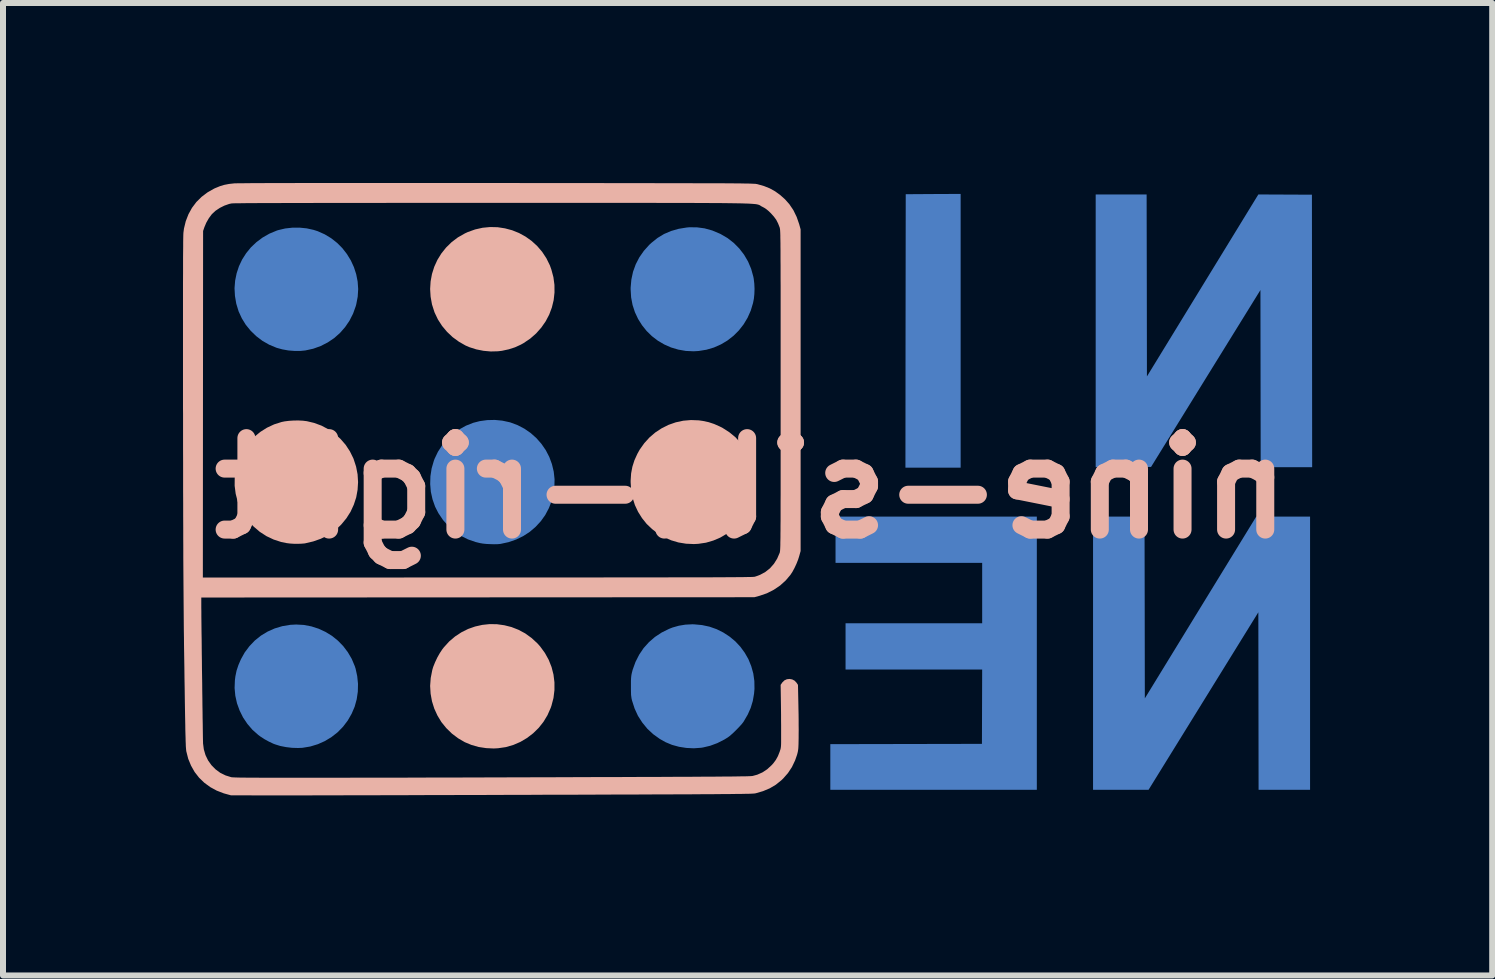
<source format=kicad_pcb>
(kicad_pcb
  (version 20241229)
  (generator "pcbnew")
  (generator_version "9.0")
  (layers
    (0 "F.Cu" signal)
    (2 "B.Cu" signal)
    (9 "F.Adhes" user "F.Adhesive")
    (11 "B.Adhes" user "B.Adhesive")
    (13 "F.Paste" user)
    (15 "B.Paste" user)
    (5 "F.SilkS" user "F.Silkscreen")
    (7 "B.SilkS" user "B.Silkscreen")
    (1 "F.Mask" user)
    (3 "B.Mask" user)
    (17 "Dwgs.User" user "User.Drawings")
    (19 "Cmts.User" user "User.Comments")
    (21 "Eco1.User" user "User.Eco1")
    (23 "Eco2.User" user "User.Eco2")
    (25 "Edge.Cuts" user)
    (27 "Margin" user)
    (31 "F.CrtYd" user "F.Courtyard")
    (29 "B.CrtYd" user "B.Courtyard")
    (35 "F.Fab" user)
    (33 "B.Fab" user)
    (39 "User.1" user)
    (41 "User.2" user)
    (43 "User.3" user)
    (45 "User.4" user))
  (footprint "nine-silk-right"
    (layer "F.Cu")
    (at 9.475 5.087)
    (property "Reference" "nine-silk-right" (at 0 0 0) (layer "B.SilkS") (effects (font (size 1.524 1.524) (thickness 0.3)) (justify mirror)))
    (attr board_only exclude_from_pos_files exclude_from_bom)
    (fp_poly (pts (xy 3.028 -4.903) (xy 2.571 -4.9) (xy 2.568 -2.621) (xy 2.566 -0.342) (xy 3.486 -0.342) (xy 3.486 -4.905)) (stroke (width 0) (type solid)) (fill yes) (layer "B.Cu"))
    (fp_poly (pts (xy 5.693 5.027) (xy 6.618 5.027) (xy 8.448 2.068) (xy 8.452 5.027) (xy 9.31 5.027) (xy 9.31 0.473) (xy 8.413 0.473) (xy 7.484 1.988) (xy 6.556 3.503) (xy 6.554 1.988) (xy 6.551 0.473) (xy 5.693 0.473)) (stroke (width 0) (type solid)) (fill yes) (layer "B.Cu"))
    (fp_poly (pts (xy 1.401 1.244) (xy 3.845 1.244) (xy 3.845 2.251) (xy 1.568 2.251) (xy 1.568 3.022) (xy 3.845 3.022) (xy 3.843 3.641) (xy 3.841 4.261) (xy 1.314 4.266) (xy 1.314 5.027) (xy 4.756 5.027) (xy 4.756 0.473) (xy 1.401 0.473)) (stroke (width 0) (type solid)) (fill yes) (layer "B.Cu"))
    (fp_poly (pts (xy 5.737 -0.35) (xy 6.199 -0.352) (xy 6.66 -0.355) (xy 7.571 -1.829) (xy 8.483 -3.303) (xy 8.485 -1.827) (xy 8.487 -0.35) (xy 9.345 -0.35) (xy 9.343 -2.621) (xy 9.341 -4.892) (xy 8.448 -4.896) (xy 7.519 -3.379) (xy 6.591 -1.863) (xy 6.589 -3.38) (xy 6.586 -4.896) (xy 5.737 -4.896)) (stroke (width 0) (type solid)) (fill yes) (layer "B.Cu"))
    (fp_poly (pts (xy -7.654 -4.342) (xy -7.772 -4.329) (xy -7.882 -4.303) (xy -7.909 -4.295) (xy -8.034 -4.243) (xy -8.148 -4.178) (xy -8.251 -4.101) (xy -8.343 -4.014) (xy -8.422 -3.917) (xy -8.489 -3.812) (xy -8.542 -3.7) (xy -8.581 -3.582) (xy -8.606 -3.459) (xy -8.616 -3.333) (xy -8.609 -3.205) (xy -8.587 -3.075) (xy -8.548 -2.947) (xy -8.495 -2.832) (xy -8.428 -2.723) (xy -8.347 -2.624) (xy -8.254 -2.534) (xy -8.151 -2.456) (xy -8.039 -2.392) (xy -7.919 -2.342) (xy -7.911 -2.339) (xy -7.819 -2.314) (xy -7.719 -2.296) (xy -7.617 -2.288) (xy -7.518 -2.288) (xy -7.436 -2.296) (xy -7.304 -2.325) (xy -7.179 -2.37) (xy -7.062 -2.43) (xy -6.955 -2.502) (xy -6.858 -2.588) (xy -6.773 -2.685) (xy -6.7 -2.792) (xy -6.64 -2.91) (xy -6.595 -3.036) (xy -6.587 -3.066) (xy -6.563 -3.192) (xy -6.555 -3.319) (xy -6.564 -3.444) (xy -6.588 -3.566) (xy -6.626 -3.684) (xy -6.678 -3.797) (xy -6.743 -3.903) (xy -6.819 -4.001) (xy -6.907 -4.089) (xy -7.006 -4.167) (xy -7.114 -4.232) (xy -7.231 -4.284) (xy -7.3 -4.306) (xy -7.414 -4.331) (xy -7.533 -4.343)) (stroke (width 0) (type solid)) (fill yes) (layer "B.Cu"))
    (fp_poly (pts (xy -7.686 2.277) (xy -7.819 2.299) (xy -7.946 2.337) (xy -8.065 2.39) (xy -8.176 2.457) (xy -8.277 2.538) (xy -8.367 2.632) (xy -8.446 2.737) (xy -8.509 2.85) (xy -8.551 2.947) (xy -8.582 3.04) (xy -8.602 3.137) (xy -8.61 3.201) (xy -8.615 3.331) (xy -8.603 3.459) (xy -8.575 3.585) (xy -8.531 3.706) (xy -8.474 3.821) (xy -8.402 3.928) (xy -8.318 4.026) (xy -8.221 4.112) (xy -8.186 4.138) (xy -8.119 4.182) (xy -8.044 4.223) (xy -7.97 4.258) (xy -7.941 4.269) (xy -7.855 4.296) (xy -7.758 4.315) (xy -7.658 4.327) (xy -7.559 4.33) (xy -7.484 4.327) (xy -7.353 4.305) (xy -7.228 4.267) (xy -7.109 4.214) (xy -6.999 4.147) (xy -6.898 4.068) (xy -6.808 3.976) (xy -6.729 3.872) (xy -6.664 3.759) (xy -6.614 3.642) (xy -6.58 3.519) (xy -6.561 3.391) (xy -6.558 3.261) (xy -6.571 3.133) (xy -6.598 3.008) (xy -6.612 2.965) (xy -6.663 2.844) (xy -6.728 2.733) (xy -6.805 2.631) (xy -6.894 2.54) (xy -6.992 2.461) (xy -7.1 2.395) (xy -7.214 2.342) (xy -7.335 2.303) (xy -7.46 2.279) (xy -7.588 2.272)) (stroke (width 0) (type solid)) (fill yes) (layer "B.Cu"))
    (fp_poly (pts (xy -1.08 -4.345) (xy -1.215 -4.323) (xy -1.34 -4.287) (xy -1.457 -4.237) (xy -1.566 -4.171) (xy -1.668 -4.089) (xy -1.703 -4.057) (xy -1.793 -3.957) (xy -1.869 -3.848) (xy -1.929 -3.732) (xy -1.974 -3.608) (xy -2.002 -3.478) (xy -2.014 -3.343) (xy -2.014 -3.312) (xy -2.006 -3.18) (xy -1.982 -3.054) (xy -1.943 -2.934) (xy -1.89 -2.821) (xy -1.824 -2.716) (xy -1.747 -2.62) (xy -1.659 -2.534) (xy -1.561 -2.459) (xy -1.454 -2.396) (xy -1.341 -2.346) (xy -1.22 -2.31) (xy -1.094 -2.288) (xy -0.964 -2.282) (xy -0.881 -2.287) (xy -0.751 -2.308) (xy -0.626 -2.345) (xy -0.509 -2.397) (xy -0.4 -2.462) (xy -0.3 -2.54) (xy -0.21 -2.63) (xy -0.131 -2.731) (xy -0.065 -2.841) (xy -0.012 -2.96) (xy 0.026 -3.087) (xy 0.04 -3.158) (xy 0.048 -3.236) (xy 0.051 -3.323) (xy 0.047 -3.411) (xy 0.037 -3.494) (xy 0.031 -3.525) (xy -0.005 -3.655) (xy -0.057 -3.778) (xy -0.123 -3.891) (xy -0.203 -3.995) (xy -0.295 -4.088) (xy -0.399 -4.169) (xy -0.514 -4.236) (xy -0.529 -4.243) (xy -0.655 -4.296) (xy -0.782 -4.331) (xy -0.909 -4.348) (xy -1.038 -4.349)) (stroke (width 0) (type solid)) (fill yes) (layer "B.Cu"))
    (fp_poly (pts (xy -4.405 -1.135) (xy -4.529 -1.118) (xy -4.638 -1.09) (xy -4.759 -1.042) (xy -4.872 -0.979) (xy -4.977 -0.902) (xy -5.072 -0.814) (xy -5.156 -0.715) (xy -5.226 -0.607) (xy -5.281 -0.492) (xy -5.294 -0.457) (xy -5.331 -0.33) (xy -5.351 -0.2) (xy -5.355 -0.069) (xy -5.344 0.06) (xy -5.316 0.186) (xy -5.273 0.308) (xy -5.218 0.416) (xy -5.142 0.529) (xy -5.053 0.63) (xy -4.954 0.718) (xy -4.844 0.793) (xy -4.725 0.853) (xy -4.598 0.897) (xy -4.524 0.915) (xy -4.477 0.923) (xy -4.419 0.929) (xy -4.356 0.932) (xy -4.293 0.934) (xy -4.235 0.933) (xy -4.189 0.929) (xy -4.182 0.928) (xy -4.048 0.899) (xy -3.921 0.855) (xy -3.804 0.798) (xy -3.695 0.727) (xy -3.598 0.644) (xy -3.511 0.55) (xy -3.437 0.446) (xy -3.377 0.333) (xy -3.33 0.212) (xy -3.298 0.083) (xy -3.285 -0.018) (xy -3.282 -0.149) (xy -3.296 -0.277) (xy -3.326 -0.402) (xy -3.37 -0.521) (xy -3.428 -0.633) (xy -3.5 -0.738) (xy -3.583 -0.833) (xy -3.678 -0.918) (xy -3.783 -0.991) (xy -3.898 -1.051) (xy -4.021 -1.097) (xy -4.033 -1.1) (xy -4.153 -1.126) (xy -4.278 -1.138)) (stroke (width 0) (type solid)) (fill yes) (layer "B.Cu"))
    (fp_poly (pts (xy -1.102 2.274) (xy -1.211 2.292) (xy -1.317 2.322) (xy -1.375 2.345) (xy -1.498 2.406) (xy -1.61 2.48) (xy -1.71 2.567) (xy -1.798 2.665) (xy -1.872 2.775) (xy -1.933 2.895) (xy -1.98 3.025) (xy -1.986 3.048) (xy -1.994 3.079) (xy -2 3.107) (xy -2.004 3.136) (xy -2.007 3.168) (xy -2.009 3.209) (xy -2.009 3.261) (xy -2.009 3.298) (xy -2.009 3.359) (xy -2.008 3.407) (xy -2.007 3.445) (xy -2.003 3.476) (xy -1.999 3.505) (xy -1.992 3.535) (xy -1.99 3.542) (xy -1.948 3.672) (xy -1.892 3.794) (xy -1.82 3.906) (xy -1.736 4.009) (xy -1.638 4.1) (xy -1.528 4.179) (xy -1.432 4.233) (xy -1.324 4.278) (xy -1.207 4.31) (xy -1.085 4.329) (xy -0.961 4.335) (xy -0.839 4.326) (xy -0.807 4.321) (xy -0.689 4.293) (xy -0.57 4.249) (xy -0.452 4.189) (xy -0.395 4.154) (xy -0.364 4.131) (xy -0.325 4.097) (xy -0.282 4.057) (xy -0.238 4.013) (xy -0.196 3.969) (xy -0.16 3.929) (xy -0.134 3.895) (xy -0.129 3.887) (xy -0.063 3.774) (xy -0.013 3.662) (xy 0.022 3.546) (xy 0.043 3.424) (xy 0.05 3.345) (xy 0.048 3.214) (xy 0.03 3.087) (xy -0.004 2.966) (xy -0.051 2.85) (xy -0.112 2.743) (xy -0.185 2.643) (xy -0.269 2.553) (xy -0.364 2.474) (xy -0.468 2.406) (xy -0.58 2.35) (xy -0.699 2.308) (xy -0.825 2.281) (xy -0.956 2.269) (xy -0.984 2.268)) (stroke (width 0) (type solid)) (fill yes) (layer "B.Cu"))
    (fp_poly (pts (xy 3.028 -4.903) (xy 2.571 -4.9) (xy 2.568 -2.621) (xy 2.566 -0.342) (xy 3.486 -0.342) (xy 3.486 -4.905)) (stroke (width 0) (type solid)) (fill yes) (layer "B.Mask"))
    (fp_poly (pts (xy 5.693 5.027) (xy 6.618 5.027) (xy 8.448 2.068) (xy 8.452 5.027) (xy 9.31 5.027) (xy 9.31 0.473) (xy 8.413 0.473) (xy 7.484 1.988) (xy 6.556 3.503) (xy 6.554 1.988) (xy 6.551 0.473) (xy 5.693 0.473)) (stroke (width 0) (type solid)) (fill yes) (layer "B.Mask"))
    (fp_poly (pts (xy 1.401 1.244) (xy 3.845 1.244) (xy 3.845 2.251) (xy 1.568 2.251) (xy 1.568 3.022) (xy 3.845 3.022) (xy 3.843 3.641) (xy 3.841 4.261) (xy 1.314 4.266) (xy 1.314 5.027) (xy 4.756 5.027) (xy 4.756 0.473) (xy 1.401 0.473)) (stroke (width 0) (type solid)) (fill yes) (layer "B.Mask"))
    (fp_poly (pts (xy 5.737 -0.35) (xy 6.199 -0.352) (xy 6.66 -0.355) (xy 7.571 -1.829) (xy 8.483 -3.303) (xy 8.485 -1.827) (xy 8.487 -0.35) (xy 9.345 -0.35) (xy 9.343 -2.621) (xy 9.341 -4.892) (xy 8.448 -4.896) (xy 7.519 -3.379) (xy 6.591 -1.863) (xy 6.589 -3.38) (xy 6.586 -4.896) (xy 5.737 -4.896)) (stroke (width 0) (type solid)) (fill yes) (layer "B.Mask"))
    (fp_poly (pts (xy -7.654 -4.342) (xy -7.772 -4.329) (xy -7.882 -4.303) (xy -7.909 -4.295) (xy -8.034 -4.243) (xy -8.148 -4.178) (xy -8.251 -4.101) (xy -8.343 -4.014) (xy -8.422 -3.917) (xy -8.489 -3.812) (xy -8.542 -3.7) (xy -8.581 -3.582) (xy -8.606 -3.459) (xy -8.616 -3.333) (xy -8.609 -3.205) (xy -8.587 -3.075) (xy -8.548 -2.947) (xy -8.495 -2.832) (xy -8.428 -2.723) (xy -8.347 -2.624) (xy -8.254 -2.534) (xy -8.151 -2.456) (xy -8.039 -2.392) (xy -7.919 -2.342) (xy -7.911 -2.339) (xy -7.819 -2.314) (xy -7.719 -2.296) (xy -7.617 -2.288) (xy -7.518 -2.288) (xy -7.436 -2.296) (xy -7.304 -2.325) (xy -7.179 -2.37) (xy -7.062 -2.43) (xy -6.955 -2.502) (xy -6.858 -2.588) (xy -6.773 -2.685) (xy -6.7 -2.792) (xy -6.64 -2.91) (xy -6.595 -3.036) (xy -6.587 -3.066) (xy -6.563 -3.192) (xy -6.555 -3.319) (xy -6.564 -3.444) (xy -6.588 -3.566) (xy -6.626 -3.684) (xy -6.678 -3.797) (xy -6.743 -3.903) (xy -6.819 -4.001) (xy -6.907 -4.089) (xy -7.006 -4.167) (xy -7.114 -4.232) (xy -7.231 -4.284) (xy -7.3 -4.306) (xy -7.414 -4.331) (xy -7.533 -4.343)) (stroke (width 0) (type solid)) (fill yes) (layer "B.Mask"))
    (fp_poly (pts (xy -7.686 2.277) (xy -7.819 2.299) (xy -7.946 2.337) (xy -8.065 2.39) (xy -8.176 2.457) (xy -8.277 2.538) (xy -8.367 2.632) (xy -8.446 2.737) (xy -8.509 2.85) (xy -8.551 2.947) (xy -8.582 3.04) (xy -8.602 3.137) (xy -8.61 3.201) (xy -8.615 3.331) (xy -8.603 3.459) (xy -8.575 3.585) (xy -8.531 3.706) (xy -8.474 3.821) (xy -8.402 3.928) (xy -8.318 4.026) (xy -8.221 4.112) (xy -8.186 4.138) (xy -8.119 4.182) (xy -8.044 4.223) (xy -7.97 4.258) (xy -7.941 4.269) (xy -7.855 4.296) (xy -7.758 4.315) (xy -7.658 4.327) (xy -7.559 4.33) (xy -7.484 4.327) (xy -7.353 4.305) (xy -7.228 4.267) (xy -7.109 4.214) (xy -6.999 4.147) (xy -6.898 4.068) (xy -6.808 3.976) (xy -6.729 3.872) (xy -6.664 3.759) (xy -6.614 3.642) (xy -6.58 3.519) (xy -6.561 3.391) (xy -6.558 3.261) (xy -6.571 3.133) (xy -6.598 3.008) (xy -6.612 2.965) (xy -6.663 2.844) (xy -6.728 2.733) (xy -6.805 2.631) (xy -6.894 2.54) (xy -6.992 2.461) (xy -7.1 2.395) (xy -7.214 2.342) (xy -7.335 2.303) (xy -7.46 2.279) (xy -7.588 2.272)) (stroke (width 0) (type solid)) (fill yes) (layer "B.Mask"))
    (fp_poly (pts (xy -1.08 -4.345) (xy -1.215 -4.323) (xy -1.34 -4.287) (xy -1.457 -4.237) (xy -1.566 -4.171) (xy -1.668 -4.089) (xy -1.703 -4.057) (xy -1.793 -3.957) (xy -1.869 -3.848) (xy -1.929 -3.732) (xy -1.974 -3.608) (xy -2.002 -3.478) (xy -2.014 -3.343) (xy -2.014 -3.312) (xy -2.006 -3.18) (xy -1.982 -3.054) (xy -1.943 -2.934) (xy -1.89 -2.821) (xy -1.824 -2.716) (xy -1.747 -2.62) (xy -1.659 -2.534) (xy -1.561 -2.459) (xy -1.454 -2.396) (xy -1.341 -2.346) (xy -1.22 -2.31) (xy -1.094 -2.288) (xy -0.964 -2.282) (xy -0.881 -2.287) (xy -0.751 -2.308) (xy -0.626 -2.345) (xy -0.509 -2.397) (xy -0.4 -2.462) (xy -0.3 -2.54) (xy -0.21 -2.63) (xy -0.131 -2.731) (xy -0.065 -2.841) (xy -0.012 -2.96) (xy 0.026 -3.087) (xy 0.04 -3.158) (xy 0.048 -3.236) (xy 0.051 -3.323) (xy 0.047 -3.411) (xy 0.037 -3.494) (xy 0.031 -3.525) (xy -0.005 -3.655) (xy -0.057 -3.778) (xy -0.123 -3.891) (xy -0.203 -3.995) (xy -0.295 -4.088) (xy -0.399 -4.169) (xy -0.514 -4.236) (xy -0.529 -4.243) (xy -0.655 -4.296) (xy -0.782 -4.331) (xy -0.909 -4.348) (xy -1.038 -4.349)) (stroke (width 0) (type solid)) (fill yes) (layer "B.Mask"))
    (fp_poly (pts (xy -4.405 -1.135) (xy -4.529 -1.118) (xy -4.638 -1.09) (xy -4.759 -1.042) (xy -4.872 -0.979) (xy -4.977 -0.902) (xy -5.072 -0.814) (xy -5.156 -0.715) (xy -5.226 -0.607) (xy -5.281 -0.492) (xy -5.294 -0.457) (xy -5.331 -0.33) (xy -5.351 -0.2) (xy -5.355 -0.069) (xy -5.344 0.06) (xy -5.316 0.186) (xy -5.273 0.308) (xy -5.218 0.416) (xy -5.142 0.529) (xy -5.053 0.63) (xy -4.954 0.718) (xy -4.844 0.793) (xy -4.725 0.853) (xy -4.598 0.897) (xy -4.524 0.915) (xy -4.477 0.923) (xy -4.419 0.929) (xy -4.356 0.932) (xy -4.293 0.934) (xy -4.235 0.933) (xy -4.189 0.929) (xy -4.182 0.928) (xy -4.048 0.899) (xy -3.921 0.855) (xy -3.804 0.798) (xy -3.695 0.727) (xy -3.598 0.644) (xy -3.511 0.55) (xy -3.437 0.446) (xy -3.377 0.333) (xy -3.33 0.212) (xy -3.298 0.083) (xy -3.285 -0.018) (xy -3.282 -0.149) (xy -3.296 -0.277) (xy -3.326 -0.402) (xy -3.37 -0.521) (xy -3.428 -0.633) (xy -3.5 -0.738) (xy -3.583 -0.833) (xy -3.678 -0.918) (xy -3.783 -0.991) (xy -3.898 -1.051) (xy -4.021 -1.097) (xy -4.033 -1.1) (xy -4.153 -1.126) (xy -4.278 -1.138)) (stroke (width 0) (type solid)) (fill yes) (layer "B.Mask"))
    (fp_poly (pts (xy -1.102 2.274) (xy -1.211 2.292) (xy -1.317 2.322) (xy -1.375 2.345) (xy -1.498 2.406) (xy -1.61 2.48) (xy -1.71 2.567) (xy -1.798 2.665) (xy -1.872 2.775) (xy -1.933 2.895) (xy -1.98 3.025) (xy -1.986 3.048) (xy -1.994 3.079) (xy -2 3.107) (xy -2.004 3.136) (xy -2.007 3.168) (xy -2.009 3.209) (xy -2.009 3.261) (xy -2.009 3.298) (xy -2.009 3.359) (xy -2.008 3.407) (xy -2.007 3.445) (xy -2.003 3.476) (xy -1.999 3.505) (xy -1.992 3.535) (xy -1.99 3.542) (xy -1.948 3.672) (xy -1.892 3.794) (xy -1.82 3.906) (xy -1.736 4.009) (xy -1.638 4.1) (xy -1.528 4.179) (xy -1.432 4.233) (xy -1.324 4.278) (xy -1.207 4.31) (xy -1.085 4.329) (xy -0.961 4.335) (xy -0.839 4.326) (xy -0.807 4.321) (xy -0.689 4.293) (xy -0.57 4.249) (xy -0.452 4.189) (xy -0.395 4.154) (xy -0.364 4.131) (xy -0.325 4.097) (xy -0.282 4.057) (xy -0.238 4.013) (xy -0.196 3.969) (xy -0.16 3.929) (xy -0.134 3.895) (xy -0.129 3.887) (xy -0.063 3.774) (xy -0.013 3.662) (xy 0.022 3.546) (xy 0.043 3.424) (xy 0.05 3.345) (xy 0.048 3.214) (xy 0.03 3.087) (xy -0.004 2.966) (xy -0.051 2.85) (xy -0.112 2.743) (xy -0.185 2.643) (xy -0.269 2.553) (xy -0.364 2.474) (xy -0.468 2.406) (xy -0.58 2.35) (xy -0.699 2.308) (xy -0.825 2.281) (xy -0.956 2.269) (xy -0.984 2.268)) (stroke (width 0) (type solid)) (fill yes) (layer "B.Mask"))
    (fp_poly (pts (xy -4.486 2.278) (xy -4.606 2.305) (xy -4.723 2.346) (xy -4.835 2.402) (xy -4.94 2.471) (xy -5.038 2.554) (xy -5.127 2.652) (xy -5.152 2.684) (xy -5.195 2.749) (xy -5.237 2.823) (xy -5.274 2.902) (xy -5.305 2.979) (xy -5.32 3.03) (xy -5.346 3.163) (xy -5.356 3.295) (xy -5.348 3.425) (xy -5.325 3.552) (xy -5.287 3.673) (xy -5.234 3.789) (xy -5.168 3.898) (xy -5.087 3.998) (xy -4.994 4.089) (xy -4.888 4.169) (xy -4.778 4.233) (xy -4.667 4.279) (xy -4.548 4.313) (xy -4.423 4.332) (xy -4.297 4.338) (xy -4.223 4.334) (xy -4.093 4.315) (xy -3.969 4.279) (xy -3.851 4.228) (xy -3.741 4.163) (xy -3.639 4.085) (xy -3.547 3.995) (xy -3.467 3.894) (xy -3.4 3.783) (xy -3.347 3.663) (xy -3.334 3.626) (xy -3.3 3.496) (xy -3.284 3.365) (xy -3.284 3.235) (xy -3.3 3.106) (xy -3.332 2.981) (xy -3.38 2.86) (xy -3.443 2.746) (xy -3.521 2.639) (xy -3.568 2.586) (xy -3.666 2.496) (xy -3.771 2.42) (xy -3.883 2.36) (xy -4 2.314) (xy -4.12 2.284) (xy -4.242 2.267) (xy -4.364 2.265)) (stroke (width 0) (type solid)) (fill yes) (layer "B.SilkS"))
    (fp_poly (pts (xy -4.481 -4.341) (xy -4.606 -4.313) (xy -4.729 -4.269) (xy -4.778 -4.246) (xy -4.894 -4.18) (xy -4.998 -4.101) (xy -5.09 -4.011) (xy -5.169 -3.912) (xy -5.235 -3.805) (xy -5.287 -3.691) (xy -5.325 -3.571) (xy -5.348 -3.447) (xy -5.356 -3.32) (xy -5.348 -3.192) (xy -5.325 -3.063) (xy -5.284 -2.935) (xy -5.28 -2.925) (xy -5.226 -2.812) (xy -5.157 -2.705) (xy -5.074 -2.606) (xy -4.981 -2.518) (xy -4.877 -2.442) (xy -4.767 -2.379) (xy -4.703 -2.351) (xy -4.587 -2.314) (xy -4.467 -2.29) (xy -4.346 -2.279) (xy -4.228 -2.282) (xy -4.16 -2.29) (xy -4.045 -2.315) (xy -3.942 -2.348) (xy -3.846 -2.392) (xy -3.799 -2.418) (xy -3.688 -2.493) (xy -3.589 -2.58) (xy -3.503 -2.677) (xy -3.43 -2.782) (xy -3.371 -2.894) (xy -3.327 -3.012) (xy -3.297 -3.135) (xy -3.283 -3.261) (xy -3.284 -3.389) (xy -3.301 -3.517) (xy -3.335 -3.644) (xy -3.36 -3.714) (xy -3.418 -3.832) (xy -3.489 -3.94) (xy -3.571 -4.036) (xy -3.664 -4.121) (xy -3.765 -4.193) (xy -3.874 -4.253) (xy -3.988 -4.299) (xy -4.108 -4.331) (xy -4.231 -4.35) (xy -4.356 -4.353)) (stroke (width 0) (type solid)) (fill yes) (layer "B.SilkS"))
    (fp_poly (pts (xy -1.137 -1.125) (xy -1.262 -1.098) (xy -1.382 -1.056) (xy -1.496 -0.999) (xy -1.603 -0.929) (xy -1.7 -0.846) (xy -1.787 -0.75) (xy -1.863 -0.643) (xy -1.902 -0.573) (xy -1.951 -0.465) (xy -1.985 -0.358) (xy -2.006 -0.247) (xy -2.014 -0.128) (xy -2.014 -0.099) (xy -2.006 0.033) (xy -1.982 0.16) (xy -1.943 0.281) (xy -1.89 0.394) (xy -1.824 0.499) (xy -1.747 0.595) (xy -1.658 0.68) (xy -1.56 0.755) (xy -1.453 0.818) (xy -1.339 0.868) (xy -1.218 0.904) (xy -1.091 0.925) (xy -0.96 0.931) (xy -0.886 0.927) (xy -0.758 0.908) (xy -0.635 0.872) (xy -0.52 0.823) (xy -0.412 0.759) (xy -0.312 0.684) (xy -0.223 0.598) (xy -0.144 0.501) (xy -0.077 0.396) (xy -0.023 0.284) (xy 0.017 0.165) (xy 0.042 0.041) (xy 0.052 -0.087) (xy 0.05 -0.147) (xy 0.035 -0.282) (xy 0.004 -0.411) (xy -0.043 -0.534) (xy -0.104 -0.648) (xy -0.179 -0.753) (xy -0.267 -0.849) (xy -0.368 -0.932) (xy -0.48 -1.004) (xy -0.529 -1.029) (xy -0.624 -1.071) (xy -0.715 -1.101) (xy -0.809 -1.121) (xy -0.878 -1.131) (xy -1.008 -1.136)) (stroke (width 0) (type solid)) (fill yes) (layer "B.SilkS"))
    (fp_poly (pts (xy -7.629 -1.128) (xy -7.708 -1.123) (xy -7.78 -1.114) (xy -7.83 -1.104) (xy -7.956 -1.064) (xy -8.074 -1.009) (xy -8.184 -0.94) (xy -8.284 -0.858) (xy -8.373 -0.765) (xy -8.45 -0.662) (xy -8.513 -0.549) (xy -8.563 -0.429) (xy -8.595 -0.307) (xy -8.613 -0.173) (xy -8.614 -0.04) (xy -8.597 0.092) (xy -8.564 0.221) (xy -8.542 0.28) (xy -8.488 0.395) (xy -8.42 0.501) (xy -8.337 0.599) (xy -8.297 0.64) (xy -8.194 0.728) (xy -8.082 0.8) (xy -7.963 0.856) (xy -7.837 0.897) (xy -7.748 0.915) (xy -7.693 0.922) (xy -7.631 0.926) (xy -7.566 0.927) (xy -7.505 0.925) (xy -7.454 0.921) (xy -7.44 0.919) (xy -7.304 0.887) (xy -7.179 0.843) (xy -7.064 0.786) (xy -6.959 0.716) (xy -6.863 0.631) (xy -6.836 0.604) (xy -6.752 0.502) (xy -6.682 0.392) (xy -6.628 0.275) (xy -6.588 0.153) (xy -6.565 0.027) (xy -6.557 -0.101) (xy -6.565 -0.231) (xy -6.59 -0.36) (xy -6.631 -0.486) (xy -6.636 -0.499) (xy -6.694 -0.616) (xy -6.765 -0.724) (xy -6.85 -0.822) (xy -6.946 -0.908) (xy -7.052 -0.982) (xy -7.167 -1.043) (xy -7.289 -1.088) (xy -7.411 -1.117) (xy -7.475 -1.125) (xy -7.55 -1.129)) (stroke (width 0) (type solid)) (fill yes) (layer "B.SilkS"))
    (fp_poly (pts (xy -6.272 -5.087) (xy -6.55 -5.087) (xy -6.81 -5.087) (xy -7.053 -5.087) (xy -7.279 -5.087) (xy -7.487 -5.087) (xy -7.677 -5.086) (xy -7.85 -5.086) (xy -8.006 -5.086) (xy -8.144 -5.085) (xy -8.264 -5.085) (xy -8.367 -5.084) (xy -8.453 -5.083) (xy -8.521 -5.083) (xy -8.571 -5.082) (xy -8.605 -5.081) (xy -8.618 -5.081) (xy -8.708 -5.071) (xy -8.786 -5.056) (xy -8.859 -5.034) (xy -8.932 -5.004) (xy -8.955 -4.994) (xy -9.066 -4.931) (xy -9.165 -4.856) (xy -9.252 -4.77) (xy -9.325 -4.673) (xy -9.384 -4.566) (xy -9.429 -4.45) (xy -9.459 -4.327) (xy -9.468 -4.257) (xy -9.469 -4.24) (xy -9.47 -4.209) (xy -9.471 -4.163) (xy -9.472 -4.103) (xy -9.472 -4.028) (xy -9.473 -3.938) (xy -9.474 -3.833) (xy -9.474 -3.713) (xy -9.474 -3.577) (xy -9.475 -3.425) (xy -9.475 -3.258) (xy -9.475 -3.075) (xy -9.475 -2.875) (xy -9.475 -2.659) (xy -9.475 -2.426) (xy -9.475 -2.177) (xy -9.475 -1.911) (xy -9.475 -1.627) (xy -9.475 -1.327) (xy -9.474 -1.244) (xy -9.474 -0.955) (xy -9.474 -0.684) (xy -9.473 -0.428) (xy -9.473 -0.186) (xy -9.473 0.041) (xy -9.472 0.255) (xy -9.472 0.457) (xy -9.471 0.647) (xy -9.471 0.827) (xy -9.47 0.997) (xy -9.47 1.159) (xy -9.469 1.313) (xy -9.468 1.46) (xy -9.467 1.6) (xy -9.466 1.736) (xy -9.465 1.867) (xy -9.464 1.995) (xy -9.463 2.12) (xy -9.462 2.244) (xy -9.461 2.367) (xy -9.459 2.49) (xy -9.458 2.614) (xy -9.456 2.739) (xy -9.454 2.868) (xy -9.452 2.995) (xy -9.45 3.177) (xy -9.447 3.342) (xy -9.445 3.491) (xy -9.443 3.625) (xy -9.441 3.746) (xy -9.439 3.852) (xy -9.437 3.946) (xy -9.436 4.029) (xy -9.434 4.1) (xy -9.432 4.162) (xy -9.431 4.214) (xy -9.429 4.258) (xy -9.428 4.295) (xy -9.426 4.324) (xy -9.424 4.348) (xy -9.422 4.367) (xy -9.421 4.381) (xy -9.419 4.388) (xy -9.388 4.51) (xy -9.341 4.624) (xy -9.281 4.73) (xy -9.207 4.825) (xy -9.12 4.909) (xy -9.022 4.981) (xy -8.914 5.04) (xy -8.795 5.086) (xy -8.762 5.095) (xy -8.675 5.119) (xy -7.979 5.12) (xy -7.921 5.12) (xy -7.846 5.12) (xy -7.755 5.12) (xy -7.649 5.12) (xy -7.528 5.12) (xy -7.393 5.12) (xy -7.245 5.119) (xy -7.085 5.119) (xy -6.913 5.119) (xy -6.73 5.118) (xy -6.536 5.118) (xy -6.334 5.118) (xy -6.122 5.117) (xy -5.903 5.117) (xy -5.676 5.116) (xy -5.443 5.115) (xy -5.204 5.115) (xy -4.96 5.114) (xy -4.711 5.113) (xy -4.459 5.113) (xy -4.204 5.112) (xy -3.947 5.111) (xy -3.688 5.111) (xy -3.639 5.11) (xy -3.337 5.109) (xy -3.052 5.109) (xy -2.784 5.108) (xy -2.531 5.107) (xy -2.294 5.106) (xy -2.072 5.106) (xy -1.865 5.105) (xy -1.672 5.104) (xy -1.492 5.103) (xy -1.325 5.103) (xy -1.171 5.102) (xy -1.028 5.102) (xy -0.897 5.101) (xy -0.778 5.1) (xy -0.668 5.1) (xy -0.569 5.099) (xy -0.479 5.098) (xy -0.398 5.098) (xy -0.326 5.097) (xy -0.262 5.096) (xy -0.205 5.096) (xy -0.155 5.095) (xy -0.112 5.094) (xy -0.075 5.093) (xy -0.043 5.093) (xy -0.017 5.092) (xy 0.006 5.091) (xy 0.024 5.09) (xy 0.039 5.089) (xy 0.05 5.088) (xy 0.06 5.087) (xy 0.067 5.085) (xy 0.07 5.085) (xy 0.193 5.049) (xy 0.305 5.002) (xy 0.406 4.942) (xy 0.499 4.867) (xy 0.529 4.838) (xy 0.608 4.748) (xy 0.674 4.648) (xy 0.727 4.537) (xy 0.759 4.445) (xy 0.766 4.419) (xy 0.772 4.395) (xy 0.776 4.371) (xy 0.78 4.343) (xy 0.782 4.31) (xy 0.784 4.266) (xy 0.785 4.211) (xy 0.786 4.16) (xy 0.786 4.102) (xy 0.787 4.029) (xy 0.786 3.947) (xy 0.786 3.858) (xy 0.785 3.767) (xy 0.783 3.678) (xy 0.782 3.616) (xy 0.775 3.278) (xy 0.752 3.243) (xy 0.719 3.208) (xy 0.679 3.187) (xy 0.635 3.179) (xy 0.59 3.184) (xy 0.549 3.203) (xy 0.515 3.236) (xy 0.51 3.243) (xy 0.486 3.278) (xy 0.491 3.603) (xy 0.492 3.688) (xy 0.493 3.777) (xy 0.493 3.865) (xy 0.494 3.95) (xy 0.494 4.028) (xy 0.494 4.094) (xy 0.494 4.125) (xy 0.494 4.189) (xy 0.494 4.239) (xy 0.493 4.277) (xy 0.491 4.306) (xy 0.488 4.329) (xy 0.484 4.349) (xy 0.477 4.37) (xy 0.47 4.392) (xy 0.441 4.465) (xy 0.407 4.527) (xy 0.365 4.584) (xy 0.335 4.617) (xy 0.261 4.685) (xy 0.182 4.737) (xy 0.096 4.775) (xy 0.019 4.796) (xy 0.011 4.797) (xy -0.001 4.798) (xy -0.018 4.799) (xy -0.04 4.8) (xy -0.068 4.801) (xy -0.103 4.802) (xy -0.145 4.802) (xy -0.194 4.803) (xy -0.251 4.804) (xy -0.317 4.805) (xy -0.392 4.806) (xy -0.476 4.806) (xy -0.57 4.807) (xy -0.675 4.808) (xy -0.79 4.808) (xy -0.918 4.809) (xy -1.057 4.81) (xy -1.209 4.81) (xy -1.374 4.811) (xy -1.552 4.812) (xy -1.745 4.812) (xy -1.952 4.813) (xy -2.174 4.814) (xy -2.412 4.815) (xy -2.666 4.815) (xy -2.936 4.816) (xy -3.166 4.817) (xy -3.546 4.818) (xy -3.909 4.819) (xy -4.255 4.82) (xy -4.584 4.821) (xy -4.897 4.822) (xy -5.195 4.822) (xy -5.477 4.823) (xy -5.745 4.824) (xy -5.998 4.824) (xy -6.236 4.825) (xy -6.461 4.825) (xy -6.673 4.825) (xy -6.871 4.826) (xy -7.057 4.826) (xy -7.23 4.826) (xy -7.391 4.826) (xy -7.541 4.826) (xy -7.679 4.826) (xy -7.807 4.826) (xy -7.924 4.826) (xy -8.031 4.826) (xy -8.128 4.826) (xy -8.216 4.825) (xy -8.295 4.825) (xy -8.365 4.824) (xy -8.427 4.824) (xy -8.481 4.823) (xy -8.527 4.823) (xy -8.566 4.822) (xy -8.599 4.821) (xy -8.625 4.82) (xy -8.645 4.819) (xy -8.659 4.818) (xy -8.668 4.817) (xy -8.669 4.817) (xy -8.766 4.787) (xy -8.855 4.743) (xy -8.933 4.685) (xy -9.001 4.616) (xy -9.057 4.537) (xy -9.1 4.448) (xy -9.128 4.352) (xy -9.141 4.252) (xy -9.141 4.234) (xy -9.142 4.2) (xy -9.143 4.151) (xy -9.144 4.089) (xy -9.145 4.014) (xy -9.146 3.928) (xy -9.148 3.833) (xy -9.149 3.729) (xy -9.151 3.618) (xy -9.152 3.501) (xy -9.154 3.38) (xy -9.155 3.255) (xy -9.157 3.129) (xy -9.159 3.002) (xy -9.16 2.876) (xy -9.162 2.752) (xy -9.163 2.632) (xy -9.164 2.516) (xy -9.166 2.406) (xy -9.167 2.303) (xy -9.168 2.209) (xy -9.169 2.125) (xy -9.169 2.052) (xy -9.17 1.992) (xy -9.17 1.945) (xy -9.17 1.916) (xy -9.17 1.822) (xy 0.048 1.817) (xy 0.136 1.793) (xy 0.258 1.751) (xy 0.372 1.693) (xy 0.477 1.622) (xy 0.571 1.537) (xy 0.649 1.445) (xy 0.683 1.393) (xy 0.717 1.33) (xy 0.749 1.261) (xy 0.777 1.191) (xy 0.795 1.134) (xy 0.819 1.047) (xy 0.819 -1.633) (xy 0.486 -1.633) (xy 0.486 -1.377) (xy 0.486 -1.138) (xy 0.486 -0.916) (xy 0.486 -0.709) (xy 0.486 -0.517) (xy 0.486 -0.339) (xy 0.486 -0.176) (xy 0.486 -0.026) (xy 0.486 0.111) (xy 0.485 0.236) (xy 0.485 0.349) (xy 0.485 0.451) (xy 0.485 0.543) (xy 0.484 0.625) (xy 0.484 0.698) (xy 0.483 0.762) (xy 0.483 0.818) (xy 0.482 0.867) (xy 0.481 0.908) (xy 0.481 0.944) (xy 0.48 0.973) (xy 0.479 0.998) (xy 0.478 1.018) (xy 0.477 1.034) (xy 0.476 1.047) (xy 0.474 1.057) (xy 0.473 1.064) (xy 0.472 1.071) (xy 0.47 1.076) (xy 0.47 1.077) (xy 0.428 1.174) (xy 0.374 1.26) (xy 0.308 1.335) (xy 0.231 1.396) (xy 0.145 1.443) (xy 0.14 1.445) (xy 0.104 1.459) (xy 0.066 1.472) (xy 0.048 1.477) (xy 0.042 1.477) (xy 0.029 1.478) (xy 0.009 1.479) (xy -0.019 1.48) (xy -0.054 1.48) (xy -0.096 1.481) (xy -0.148 1.482) (xy -0.208 1.482) (xy -0.277 1.483) (xy -0.356 1.483) (xy -0.444 1.484) (xy -0.543 1.484) (xy -0.653 1.485) (xy -0.773 1.485) (xy -0.905 1.485) (xy -1.049 1.486) (xy -1.205 1.486) (xy -1.374 1.486) (xy -1.555 1.487) (xy -1.75 1.487) (xy -1.959 1.487) (xy -2.181 1.487) (xy -2.418 1.487) (xy -2.67 1.488) (xy -2.937 1.488) (xy -3.219 1.488) (xy -3.518 1.488) (xy -3.833 1.488) (xy -4.164 1.488) (xy -4.513 1.488) (xy -4.57 1.488) (xy -9.144 1.489) (xy -9.142 -1.399) (xy -9.14 -4.287) (xy -9.119 -4.349) (xy -9.087 -4.425) (xy -9.044 -4.5) (xy -8.995 -4.566) (xy -8.991 -4.57) (xy -8.933 -4.624) (xy -8.863 -4.671) (xy -8.785 -4.71) (xy -8.705 -4.738) (xy -8.667 -4.746) (xy -8.657 -4.747) (xy -8.634 -4.748) (xy -8.599 -4.749) (xy -8.551 -4.749) (xy -8.49 -4.75) (xy -8.415 -4.751) (xy -8.328 -4.751) (xy -8.227 -4.752) (xy -8.112 -4.752) (xy -7.983 -4.753) (xy -7.84 -4.753) (xy -7.682 -4.754) (xy -7.51 -4.754) (xy -7.322 -4.754) (xy -7.12 -4.755) (xy -6.902 -4.755) (xy -6.669 -4.755) (xy -6.419 -4.755) (xy -6.154 -4.755) (xy -5.872 -4.756) (xy -5.574 -4.756) (xy -5.26 -4.756) (xy -4.928 -4.756) (xy -4.579 -4.756) (xy -4.319 -4.756) (xy -3.988 -4.756) (xy -3.674 -4.756) (xy -3.376 -4.756) (xy -3.095 -4.756) (xy -2.83 -4.756) (xy -2.58 -4.756) (xy -2.344 -4.756) (xy -2.123 -4.756) (xy -1.916 -4.756) (xy -1.722 -4.756) (xy -1.541 -4.755) (xy -1.372 -4.755) (xy -1.215 -4.755) (xy -1.07 -4.755) (xy -0.936 -4.754) (xy -0.813 -4.754) (xy -0.7 -4.753) (xy -0.596 -4.753) (xy -0.502 -4.752) (xy -0.417 -4.751) (xy -0.339 -4.75) (xy -0.27 -4.749) (xy -0.208 -4.748) (xy -0.153 -4.747) (xy -0.105 -4.745) (xy -0.062 -4.744) (xy -0.025 -4.742) (xy 0.006 -4.74) (xy 0.033 -4.738) (xy 0.056 -4.736) (xy 0.076 -4.734) (xy 0.092 -4.731) (xy 0.105 -4.728) (xy 0.116 -4.725) (xy 0.125 -4.722) (xy 0.132 -4.719) (xy 0.139 -4.716) (xy 0.145 -4.712) (xy 0.151 -4.708) (xy 0.157 -4.704) (xy 0.164 -4.699) (xy 0.173 -4.695) (xy 0.175 -4.694) (xy 0.214 -4.673) (xy 0.247 -4.651) (xy 0.28 -4.624) (xy 0.317 -4.589) (xy 0.324 -4.582) (xy 0.374 -4.526) (xy 0.413 -4.473) (xy 0.443 -4.414) (xy 0.47 -4.345) (xy 0.47 -4.344) (xy 0.472 -4.339) (xy 0.473 -4.333) (xy 0.474 -4.325) (xy 0.476 -4.315) (xy 0.477 -4.303) (xy 0.478 -4.287) (xy 0.479 -4.267) (xy 0.48 -4.242) (xy 0.481 -4.212) (xy 0.481 -4.177) (xy 0.482 -4.135) (xy 0.483 -4.086) (xy 0.483 -4.03) (xy 0.484 -3.965) (xy 0.484 -3.892) (xy 0.484 -3.81) (xy 0.485 -3.718) (xy 0.485 -3.615) (xy 0.485 -3.502) (xy 0.486 -3.376) (xy 0.486 -3.239) (xy 0.486 -3.088) (xy 0.486 -2.925) (xy 0.486 -2.747) (xy 0.486 -2.555) (xy 0.486 -2.347) (xy 0.486 -2.124) (xy 0.486 -1.884) (xy 0.486 -1.633) (xy 0.819 -1.633) (xy 0.819 -4.314) (xy 0.795 -4.401) (xy 0.753 -4.522) (xy 0.699 -4.633) (xy 0.631 -4.734) (xy 0.559 -4.815) (xy 0.477 -4.888) (xy 0.394 -4.948) (xy 0.306 -4.997) (xy 0.209 -5.036) (xy 0.1 -5.067) (xy 0.096 -5.068) (xy 0.091 -5.069) (xy 0.084 -5.07) (xy 0.076 -5.071) (xy 0.066 -5.073) (xy 0.054 -5.074) (xy 0.038 -5.074) (xy 0.02 -5.075) (xy -0.003 -5.076) (xy -0.029 -5.077) (xy -0.061 -5.078) (xy -0.098 -5.078) (xy -0.14 -5.079) (xy -0.188 -5.08) (xy -0.244 -5.08) (xy -0.306 -5.081) (xy -0.375 -5.081) (xy -0.453 -5.082) (xy -0.539 -5.082) (xy -0.634 -5.082) (xy -0.739 -5.083) (xy -0.853 -5.083) (xy -0.978 -5.083) (xy -1.113 -5.084) (xy -1.26 -5.084) (xy -1.418 -5.084) (xy -1.588 -5.084) (xy -1.772 -5.085) (xy -1.968 -5.085) (xy -2.178 -5.085) (xy -2.401 -5.085) (xy -2.64 -5.086) (xy -2.893 -5.086) (xy -3.162 -5.086) (xy -3.446 -5.086) (xy -3.747 -5.086) (xy -4.065 -5.087) (xy -4.239 -5.087) (xy -4.622 -5.087) (xy -4.987 -5.087) (xy -5.334 -5.087) (xy -5.664 -5.087) (xy -5.977 -5.087)) (stroke (width 0) (type solid)) (fill yes) (layer "B.SilkS")))
  (gr_rect
    (start -3 -3)
    (end 21.821 13.208)
    (stroke (width 0.1) (type default))
    (fill no)
    (layer "Edge.Cuts")))
</source>
